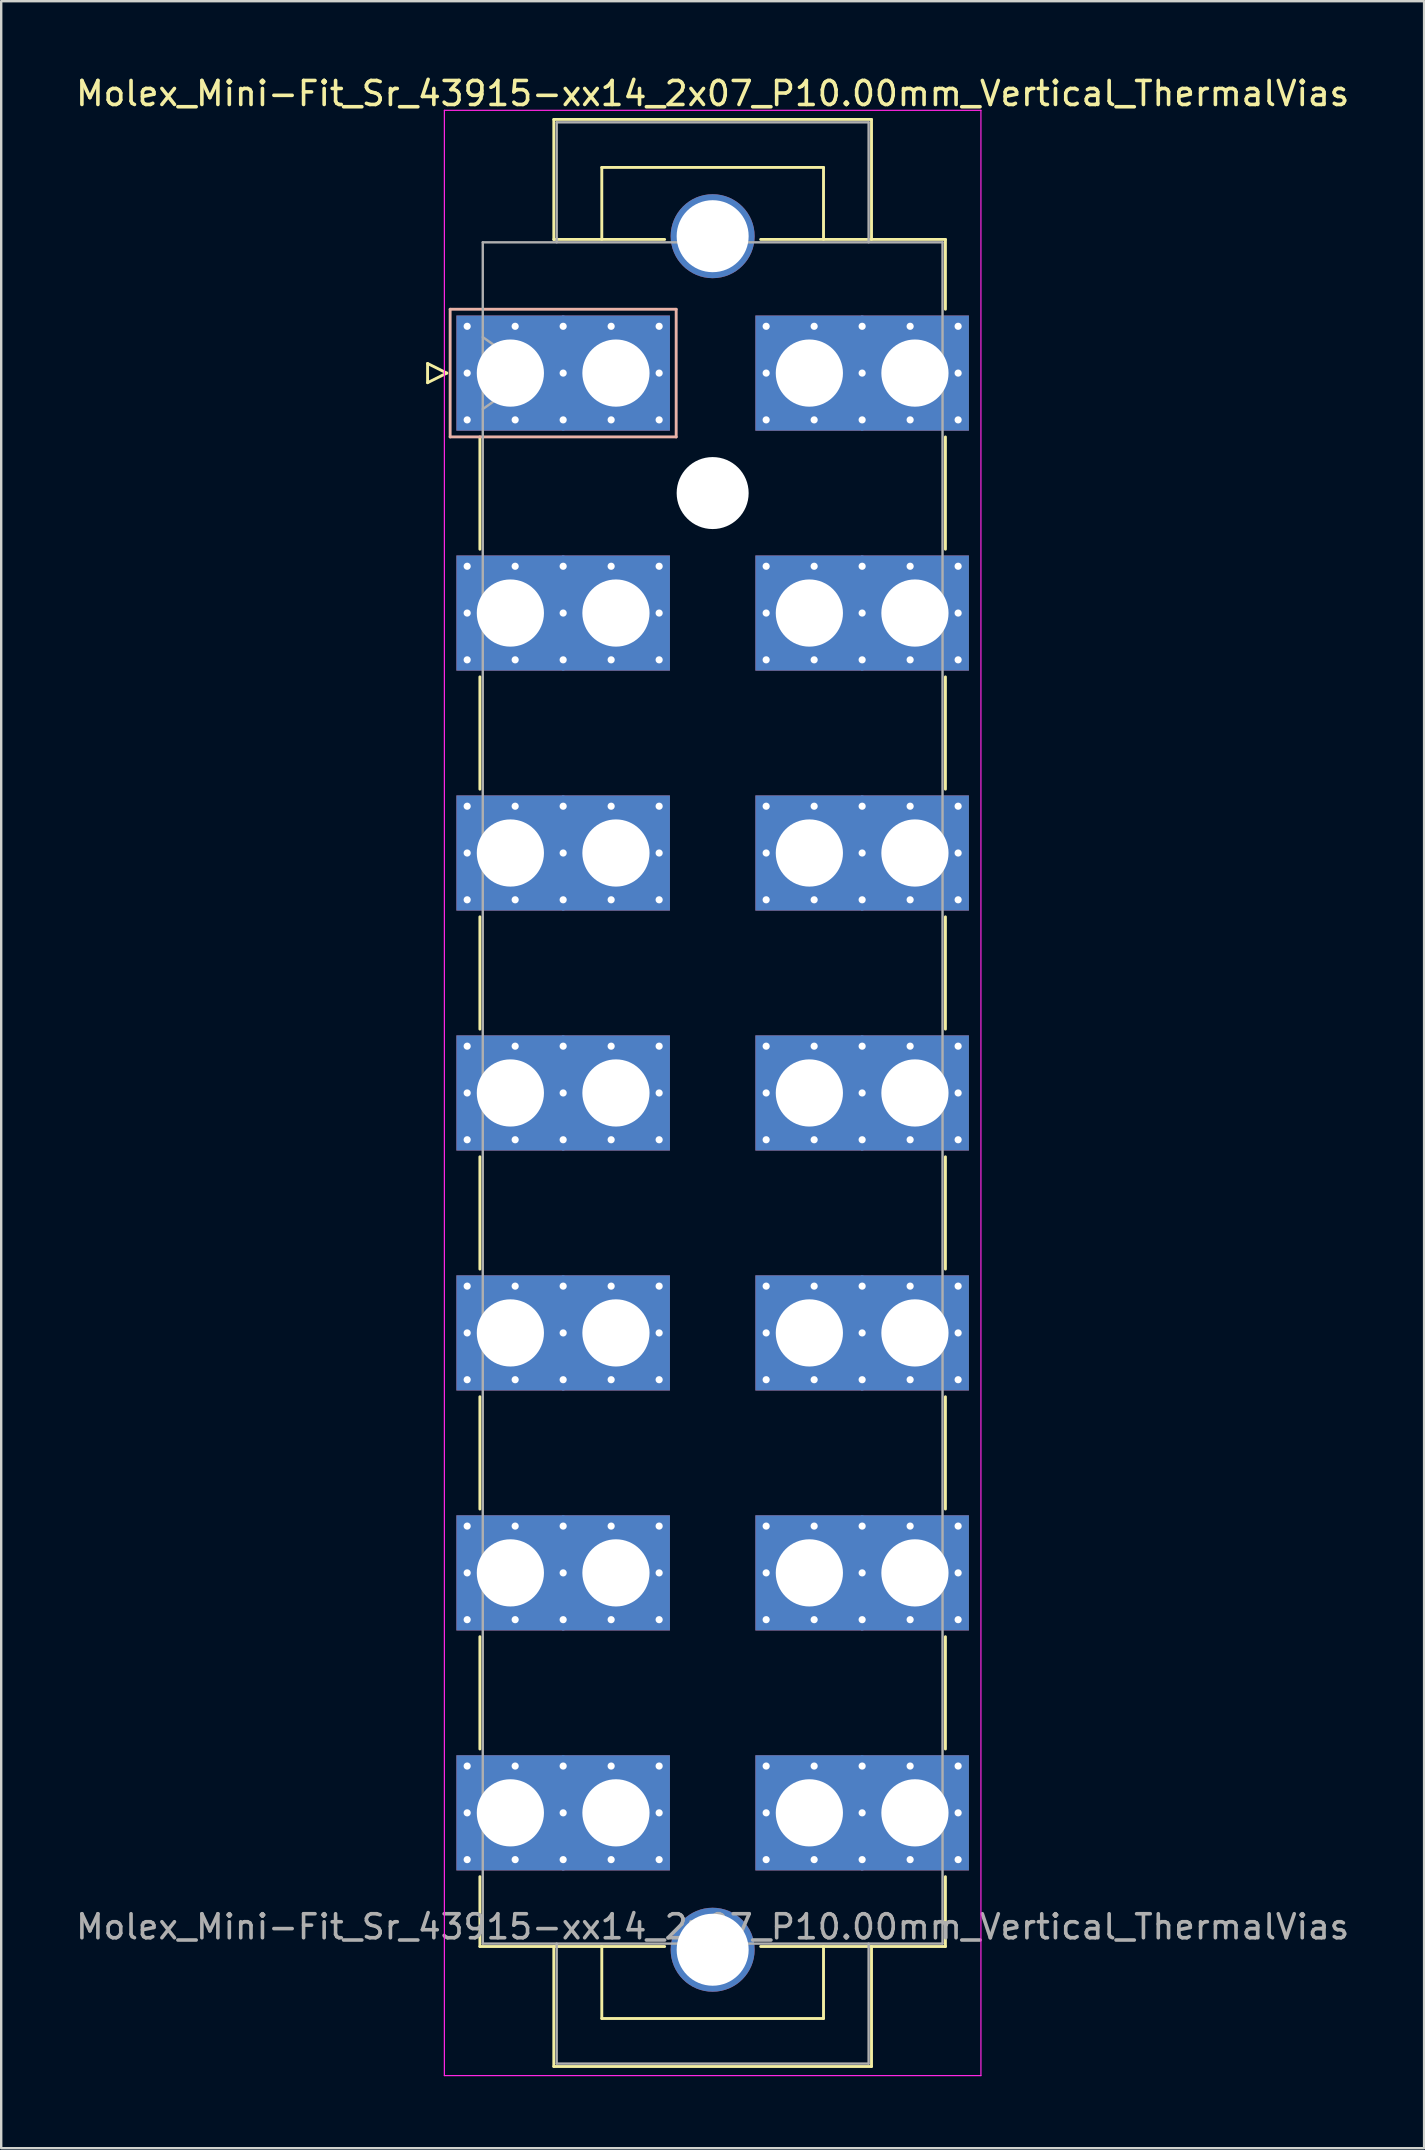
<source format=kicad_pcb>
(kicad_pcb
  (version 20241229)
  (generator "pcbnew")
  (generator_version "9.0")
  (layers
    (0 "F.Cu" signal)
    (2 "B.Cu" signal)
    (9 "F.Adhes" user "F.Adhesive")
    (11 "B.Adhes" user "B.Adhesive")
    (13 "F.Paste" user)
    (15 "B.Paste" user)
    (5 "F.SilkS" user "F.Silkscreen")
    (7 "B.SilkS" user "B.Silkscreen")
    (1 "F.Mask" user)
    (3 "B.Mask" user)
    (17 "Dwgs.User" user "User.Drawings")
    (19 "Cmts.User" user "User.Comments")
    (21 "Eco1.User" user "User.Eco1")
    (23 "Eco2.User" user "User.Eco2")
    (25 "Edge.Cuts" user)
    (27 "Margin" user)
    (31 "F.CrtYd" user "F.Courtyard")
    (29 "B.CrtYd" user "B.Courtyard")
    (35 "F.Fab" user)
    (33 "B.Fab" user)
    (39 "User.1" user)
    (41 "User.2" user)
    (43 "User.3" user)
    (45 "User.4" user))
  (footprint "Molex_Mini-Fit_Sr_43915-xx14_2x07_P10.00mm_Vertical_ThermalVias"
    (layer "F.Cu")
    (at 18.219 12.498)
    (property "Reference" "Molex_Mini-Fit_Sr_43915-xx14_2x07_P10.00mm_Vertical_ThermalVias" (at 8.43 -11.65 0) (layer "F.SilkS") (effects (font (size 1 1) (thickness 0.15))))
    (attr through_hole)
    (fp_line (start -3.45 -0.4) (end -3.45 0.4) (stroke (width 0.12) (type solid)) (layer "F.SilkS"))
    (fp_line (start -3.45 0.4) (end -2.65 0) (stroke (width 0.12) (type solid)) (layer "F.SilkS"))
    (fp_line (start -2.65 0) (end -3.45 -0.4) (stroke (width 0.12) (type solid)) (layer "F.SilkS"))
    (fp_line (start -1.27 2.66) (end -1.27 7.34) (stroke (width 0.12) (type solid)) (layer "F.SilkS"))
    (fp_line (start -1.27 12.66) (end -1.27 17.34) (stroke (width 0.12) (type solid)) (layer "F.SilkS"))
    (fp_line (start -1.27 22.66) (end -1.27 27.34) (stroke (width 0.12) (type solid)) (layer "F.SilkS"))
    (fp_line (start -1.27 32.66) (end -1.27 37.34) (stroke (width 0.12) (type solid)) (layer "F.SilkS"))
    (fp_line (start -1.27 42.66) (end -1.27 47.34) (stroke (width 0.12) (type solid)) (layer "F.SilkS"))
    (fp_line (start -1.27 52.66) (end -1.27 57.34) (stroke (width 0.12) (type solid)) (layer "F.SilkS"))
    (fp_line (start -1.27 62.66) (end -1.27 65.57) (stroke (width 0.12) (type solid)) (layer "F.SilkS"))
    (fp_line (start -1.27 65.57) (end 6.43 65.57) (stroke (width 0.12) (type solid)) (layer "F.SilkS"))
    (fp_line (start 1.81 -10.57) (end 15.05 -10.57) (stroke (width 0.12) (type solid)) (layer "F.SilkS"))
    (fp_line (start 1.81 -5.57) (end 1.81 -10.57) (stroke (width 0.12) (type solid)) (layer "F.SilkS"))
    (fp_line (start 1.81 65.57) (end 1.81 70.57) (stroke (width 0.12) (type solid)) (layer "F.SilkS"))
    (fp_line (start 1.81 70.57) (end 15.05 70.57) (stroke (width 0.12) (type solid)) (layer "F.SilkS"))
    (fp_line (start 3.81 -8.57) (end 13.05 -8.57) (stroke (width 0.12) (type solid)) (layer "F.SilkS"))
    (fp_line (start 3.81 -5.57) (end 3.81 -8.57) (stroke (width 0.12) (type solid)) (layer "F.SilkS"))
    (fp_line (start 3.81 65.57) (end 3.81 68.57) (stroke (width 0.12) (type solid)) (layer "F.SilkS"))
    (fp_line (start 3.81 68.57) (end 13.05 68.57) (stroke (width 0.12) (type solid)) (layer "F.SilkS"))
    (fp_line (start 6.43 -5.57) (end 1.81 -5.57) (stroke (width 0.12) (type solid)) (layer "F.SilkS"))
    (fp_line (start 13.05 -8.57) (end 13.05 -5.57) (stroke (width 0.12) (type solid)) (layer "F.SilkS"))
    (fp_line (start 13.05 68.57) (end 13.05 65.57) (stroke (width 0.12) (type solid)) (layer "F.SilkS"))
    (fp_line (start 15.05 -10.57) (end 15.05 -5.57) (stroke (width 0.12) (type solid)) (layer "F.SilkS"))
    (fp_line (start 15.05 70.57) (end 15.05 65.57) (stroke (width 0.12) (type solid)) (layer "F.SilkS"))
    (fp_line (start 18.13 -5.57) (end 10.43 -5.57) (stroke (width 0.12) (type solid)) (layer "F.SilkS"))
    (fp_line (start 18.13 -2.66) (end 18.13 -5.57) (stroke (width 0.12) (type solid)) (layer "F.SilkS"))
    (fp_line (start 18.13 2.66) (end 18.13 7.34) (stroke (width 0.12) (type solid)) (layer "F.SilkS"))
    (fp_line (start 18.13 12.66) (end 18.13 17.34) (stroke (width 0.12) (type solid)) (layer "F.SilkS"))
    (fp_line (start 18.13 22.66) (end 18.13 27.34) (stroke (width 0.12) (type solid)) (layer "F.SilkS"))
    (fp_line (start 18.13 32.66) (end 18.13 37.34) (stroke (width 0.12) (type solid)) (layer "F.SilkS"))
    (fp_line (start 18.13 42.66) (end 18.13 47.34) (stroke (width 0.12) (type solid)) (layer "F.SilkS"))
    (fp_line (start 18.13 52.66) (end 18.13 57.34) (stroke (width 0.12) (type solid)) (layer "F.SilkS"))
    (fp_line (start 18.13 62.66) (end 18.13 65.57) (stroke (width 0.12) (type solid)) (layer "F.SilkS"))
    (fp_line (start 18.13 65.57) (end 10.43 65.57) (stroke (width 0.12) (type solid)) (layer "F.SilkS"))
    (fp_line (start -2.51 -2.66) (end -2.51 2.66) (stroke (width 0.12) (type solid)) (layer "B.SilkS"))
    (fp_line (start -2.51 2.66) (end 6.91 2.66) (stroke (width 0.12) (type solid)) (layer "B.SilkS"))
    (fp_line (start 6.91 -2.66) (end -2.51 -2.66) (stroke (width 0.12) (type solid)) (layer "B.SilkS"))
    (fp_line (start 6.91 2.66) (end 6.91 -2.66) (stroke (width 0.12) (type solid)) (layer "B.SilkS"))
    (fp_line (start -2.75 -10.95) (end -2.75 70.95) (stroke (width 0.05) (type solid)) (layer "F.CrtYd"))
    (fp_line (start -2.75 70.95) (end 19.61 70.95) (stroke (width 0.05) (type solid)) (layer "F.CrtYd"))
    (fp_line (start 19.61 -10.95) (end -2.75 -10.95) (stroke (width 0.05) (type solid)) (layer "F.CrtYd"))
    (fp_line (start 19.61 70.95) (end 19.61 -10.95) (stroke (width 0.05) (type solid)) (layer "F.CrtYd"))
    (fp_line (start -1.15 -5.45) (end -1.15 65.45) (stroke (width 0.1) (type solid)) (layer "F.Fab"))
    (fp_line (start -1.15 -1.5) (end 0.971 0) (stroke (width 0.1) (type solid)) (layer "F.Fab"))
    (fp_line (start -1.15 65.45) (end 18.01 65.45) (stroke (width 0.1) (type solid)) (layer "F.Fab"))
    (fp_line (start 0.971 0) (end -1.15 1.5) (stroke (width 0.1) (type solid)) (layer "F.Fab"))
    (fp_line (start 1.93 -10.45) (end 14.93 -10.45) (stroke (width 0.1) (type solid)) (layer "F.Fab"))
    (fp_line (start 1.93 -5.45) (end 1.93 -10.45) (stroke (width 0.1) (type solid)) (layer "F.Fab"))
    (fp_line (start 1.93 65.45) (end 1.93 70.45) (stroke (width 0.1) (type solid)) (layer "F.Fab"))
    (fp_line (start 1.93 70.45) (end 14.93 70.45) (stroke (width 0.1) (type solid)) (layer "F.Fab"))
    (fp_line (start 14.93 -10.45) (end 14.93 -5.45) (stroke (width 0.1) (type solid)) (layer "F.Fab"))
    (fp_line (start 14.93 70.45) (end 14.93 65.45) (stroke (width 0.1) (type solid)) (layer "F.Fab"))
    (fp_line (start 18.01 -5.45) (end -1.15 -5.45) (stroke (width 0.1) (type solid)) (layer "F.Fab"))
    (fp_line (start 18.01 65.45) (end 18.01 -5.45) (stroke (width 0.1) (type solid)) (layer "F.Fab"))
    (fp_text user "${REFERENCE}" (at 8.43 64.75 0) (layer "F.Fab") (effects (font (size 1 1) (thickness 0.15))))
    (pad "" thru_hole circle (at 8.43 -5.705) (size 3.5 3.5) (drill 3) (layers "*.Cu" "*.Mask"))
    (pad "" np_thru_hole circle (at 8.43 5) (size 3 3) (drill 3) (layers "*.Cu" "*.Mask"))
    (pad "" thru_hole circle (at 8.43 65.705) (size 3.5 3.5) (drill 3) (layers "*.Cu" "*.Mask"))
    (pad "1" thru_hole rect (at -1.8 -1.95) (size 0.6 0.6) (drill 0.3) (layers "*.Cu" "*.Mask"))
    (pad "1" thru_hole rect (at -1.8 0) (size 0.6 0.6) (drill 0.3) (layers "*.Cu" "*.Mask"))
    (pad "1" thru_hole rect (at -1.8 1.95) (size 0.6 0.6) (drill 0.3) (layers "*.Cu" "*.Mask"))
    (pad "1" thru_hole rect (at 0 0) (size 4.5 4.8) (drill 2.8) (layers "*.Cu" "*.Mask"))
    (pad "1" thru_hole rect (at 0.2 -1.95) (size 0.6 0.6) (drill 0.3) (layers "*.Cu" "*.Mask"))
    (pad "1" thru_hole rect (at 0.2 1.95) (size 0.6 0.6) (drill 0.3) (layers "*.Cu" "*.Mask"))
    (pad "1" thru_hole rect (at 2.2 -1.95) (size 0.6 0.6) (drill 0.3) (layers "*.Cu" "*.Mask"))
    (pad "1" thru_hole rect (at 2.2 0) (size 0.6 0.6) (drill 0.3) (layers "*.Cu" "*.Mask"))
    (pad "1" thru_hole rect (at 2.2 1.95) (size 0.6 0.6) (drill 0.3) (layers "*.Cu" "*.Mask"))
    (pad "1" thru_hole rect (at 4.2 -1.95) (size 0.6 0.6) (drill 0.3) (layers "*.Cu" "*.Mask"))
    (pad "1" thru_hole rect (at 4.2 1.95) (size 0.6 0.6) (drill 0.3) (layers "*.Cu" "*.Mask"))
    (pad "1" thru_hole rect (at 4.4 0) (size 4.5 4.8) (drill 2.8) (layers "*.Cu" "*.Mask"))
    (pad "1" thru_hole rect (at 6.2 -1.95) (size 0.6 0.6) (drill 0.3) (layers "*.Cu" "*.Mask"))
    (pad "1" thru_hole rect (at 6.2 0) (size 0.6 0.6) (drill 0.3) (layers "*.Cu" "*.Mask"))
    (pad "1" thru_hole rect (at 6.2 1.95) (size 0.6 0.6) (drill 0.3) (layers "*.Cu" "*.Mask"))
    (pad "2" thru_hole circle (at -1.8 8.05) (size 0.6 0.6) (drill 0.3) (layers "*.Cu" "*.Mask"))
    (pad "2" thru_hole circle (at -1.8 10) (size 0.6 0.6) (drill 0.3) (layers "*.Cu" "*.Mask"))
    (pad "2" thru_hole circle (at -1.8 11.95) (size 0.6 0.6) (drill 0.3) (layers "*.Cu" "*.Mask"))
    (pad "2" thru_hole rect (at 0 10) (size 4.5 4.8) (drill 2.8) (layers "*.Cu" "*.Mask"))
    (pad "2" thru_hole circle (at 0.2 8.05) (size 0.6 0.6) (drill 0.3) (layers "*.Cu" "*.Mask"))
    (pad "2" thru_hole circle (at 0.2 11.95) (size 0.6 0.6) (drill 0.3) (layers "*.Cu" "*.Mask"))
    (pad "2" thru_hole circle (at 2.2 8.05) (size 0.6 0.6) (drill 0.3) (layers "*.Cu" "*.Mask"))
    (pad "2" thru_hole circle (at 2.2 10) (size 0.6 0.6) (drill 0.3) (layers "*.Cu" "*.Mask"))
    (pad "2" thru_hole circle (at 2.2 11.95) (size 0.6 0.6) (drill 0.3) (layers "*.Cu" "*.Mask"))
    (pad "2" thru_hole circle (at 4.2 8.05) (size 0.6 0.6) (drill 0.3) (layers "*.Cu" "*.Mask"))
    (pad "2" thru_hole circle (at 4.2 11.95) (size 0.6 0.6) (drill 0.3) (layers "*.Cu" "*.Mask"))
    (pad "2" thru_hole rect (at 4.4 10) (size 4.5 4.8) (drill 2.8) (layers "*.Cu" "*.Mask"))
    (pad "2" thru_hole circle (at 6.2 8.05) (size 0.6 0.6) (drill 0.3) (layers "*.Cu" "*.Mask"))
    (pad "2" thru_hole circle (at 6.2 10) (size 0.6 0.6) (drill 0.3) (layers "*.Cu" "*.Mask"))
    (pad "2" thru_hole circle (at 6.2 11.95) (size 0.6 0.6) (drill 0.3) (layers "*.Cu" "*.Mask"))
    (pad "3" thru_hole circle (at -1.8 18.05) (size 0.6 0.6) (drill 0.3) (layers "*.Cu" "*.Mask"))
    (pad "3" thru_hole circle (at -1.8 20) (size 0.6 0.6) (drill 0.3) (layers "*.Cu" "*.Mask"))
    (pad "3" thru_hole circle (at -1.8 21.95) (size 0.6 0.6) (drill 0.3) (layers "*.Cu" "*.Mask"))
    (pad "3" thru_hole rect (at 0 20) (size 4.5 4.8) (drill 2.8) (layers "*.Cu" "*.Mask"))
    (pad "3" thru_hole circle (at 0.2 18.05) (size 0.6 0.6) (drill 0.3) (layers "*.Cu" "*.Mask"))
    (pad "3" thru_hole circle (at 0.2 21.95) (size 0.6 0.6) (drill 0.3) (layers "*.Cu" "*.Mask"))
    (pad "3" thru_hole circle (at 2.2 18.05) (size 0.6 0.6) (drill 0.3) (layers "*.Cu" "*.Mask"))
    (pad "3" thru_hole circle (at 2.2 20) (size 0.6 0.6) (drill 0.3) (layers "*.Cu" "*.Mask"))
    (pad "3" thru_hole circle (at 2.2 21.95) (size 0.6 0.6) (drill 0.3) (layers "*.Cu" "*.Mask"))
    (pad "3" thru_hole circle (at 4.2 18.05) (size 0.6 0.6) (drill 0.3) (layers "*.Cu" "*.Mask"))
    (pad "3" thru_hole circle (at 4.2 21.95) (size 0.6 0.6) (drill 0.3) (layers "*.Cu" "*.Mask"))
    (pad "3" thru_hole rect (at 4.4 20) (size 4.5 4.8) (drill 2.8) (layers "*.Cu" "*.Mask"))
    (pad "3" thru_hole circle (at 6.2 18.05) (size 0.6 0.6) (drill 0.3) (layers "*.Cu" "*.Mask"))
    (pad "3" thru_hole circle (at 6.2 20) (size 0.6 0.6) (drill 0.3) (layers "*.Cu" "*.Mask"))
    (pad "3" thru_hole circle (at 6.2 21.95) (size 0.6 0.6) (drill 0.3) (layers "*.Cu" "*.Mask"))
    (pad "4" thru_hole circle (at -1.8 28.05) (size 0.6 0.6) (drill 0.3) (layers "*.Cu" "*.Mask"))
    (pad "4" thru_hole circle (at -1.8 30) (size 0.6 0.6) (drill 0.3) (layers "*.Cu" "*.Mask"))
    (pad "4" thru_hole circle (at -1.8 31.95) (size 0.6 0.6) (drill 0.3) (layers "*.Cu" "*.Mask"))
    (pad "4" thru_hole rect (at 0 30) (size 4.5 4.8) (drill 2.8) (layers "*.Cu" "*.Mask"))
    (pad "4" thru_hole circle (at 0.2 28.05) (size 0.6 0.6) (drill 0.3) (layers "*.Cu" "*.Mask"))
    (pad "4" thru_hole circle (at 0.2 31.95) (size 0.6 0.6) (drill 0.3) (layers "*.Cu" "*.Mask"))
    (pad "4" thru_hole circle (at 2.2 28.05) (size 0.6 0.6) (drill 0.3) (layers "*.Cu" "*.Mask"))
    (pad "4" thru_hole circle (at 2.2 30) (size 0.6 0.6) (drill 0.3) (layers "*.Cu" "*.Mask"))
    (pad "4" thru_hole circle (at 2.2 31.95) (size 0.6 0.6) (drill 0.3) (layers "*.Cu" "*.Mask"))
    (pad "4" thru_hole circle (at 4.2 28.05) (size 0.6 0.6) (drill 0.3) (layers "*.Cu" "*.Mask"))
    (pad "4" thru_hole circle (at 4.2 31.95) (size 0.6 0.6) (drill 0.3) (layers "*.Cu" "*.Mask"))
    (pad "4" thru_hole rect (at 4.4 30) (size 4.5 4.8) (drill 2.8) (layers "*.Cu" "*.Mask"))
    (pad "4" thru_hole circle (at 6.2 28.05) (size 0.6 0.6) (drill 0.3) (layers "*.Cu" "*.Mask"))
    (pad "4" thru_hole circle (at 6.2 30) (size 0.6 0.6) (drill 0.3) (layers "*.Cu" "*.Mask"))
    (pad "4" thru_hole circle (at 6.2 31.95) (size 0.6 0.6) (drill 0.3) (layers "*.Cu" "*.Mask"))
    (pad "5" thru_hole circle (at -1.8 38.05) (size 0.6 0.6) (drill 0.3) (layers "*.Cu" "*.Mask"))
    (pad "5" thru_hole circle (at -1.8 40) (size 0.6 0.6) (drill 0.3) (layers "*.Cu" "*.Mask"))
    (pad "5" thru_hole circle (at -1.8 41.95) (size 0.6 0.6) (drill 0.3) (layers "*.Cu" "*.Mask"))
    (pad "5" thru_hole rect (at 0 40) (size 4.5 4.8) (drill 2.8) (layers "*.Cu" "*.Mask"))
    (pad "5" thru_hole circle (at 0.2 38.05) (size 0.6 0.6) (drill 0.3) (layers "*.Cu" "*.Mask"))
    (pad "5" thru_hole circle (at 0.2 41.95) (size 0.6 0.6) (drill 0.3) (layers "*.Cu" "*.Mask"))
    (pad "5" thru_hole circle (at 2.2 38.05) (size 0.6 0.6) (drill 0.3) (layers "*.Cu" "*.Mask"))
    (pad "5" thru_hole circle (at 2.2 40) (size 0.6 0.6) (drill 0.3) (layers "*.Cu" "*.Mask"))
    (pad "5" thru_hole circle (at 2.2 41.95) (size 0.6 0.6) (drill 0.3) (layers "*.Cu" "*.Mask"))
    (pad "5" thru_hole circle (at 4.2 38.05) (size 0.6 0.6) (drill 0.3) (layers "*.Cu" "*.Mask"))
    (pad "5" thru_hole circle (at 4.2 41.95) (size 0.6 0.6) (drill 0.3) (layers "*.Cu" "*.Mask"))
    (pad "5" thru_hole rect (at 4.4 40) (size 4.5 4.8) (drill 2.8) (layers "*.Cu" "*.Mask"))
    (pad "5" thru_hole circle (at 6.2 38.05) (size 0.6 0.6) (drill 0.3) (layers "*.Cu" "*.Mask"))
    (pad "5" thru_hole circle (at 6.2 40) (size 0.6 0.6) (drill 0.3) (layers "*.Cu" "*.Mask"))
    (pad "5" thru_hole circle (at 6.2 41.95) (size 0.6 0.6) (drill 0.3) (layers "*.Cu" "*.Mask"))
    (pad "6" thru_hole circle (at -1.8 48.05) (size 0.6 0.6) (drill 0.3) (layers "*.Cu" "*.Mask"))
    (pad "6" thru_hole circle (at -1.8 50) (size 0.6 0.6) (drill 0.3) (layers "*.Cu" "*.Mask"))
    (pad "6" thru_hole circle (at -1.8 51.95) (size 0.6 0.6) (drill 0.3) (layers "*.Cu" "*.Mask"))
    (pad "6" thru_hole rect (at 0 50) (size 4.5 4.8) (drill 2.8) (layers "*.Cu" "*.Mask"))
    (pad "6" thru_hole circle (at 0.2 48.05) (size 0.6 0.6) (drill 0.3) (layers "*.Cu" "*.Mask"))
    (pad "6" thru_hole circle (at 0.2 51.95) (size 0.6 0.6) (drill 0.3) (layers "*.Cu" "*.Mask"))
    (pad "6" thru_hole circle (at 2.2 48.05) (size 0.6 0.6) (drill 0.3) (layers "*.Cu" "*.Mask"))
    (pad "6" thru_hole circle (at 2.2 50) (size 0.6 0.6) (drill 0.3) (layers "*.Cu" "*.Mask"))
    (pad "6" thru_hole circle (at 2.2 51.95) (size 0.6 0.6) (drill 0.3) (layers "*.Cu" "*.Mask"))
    (pad "6" thru_hole circle (at 4.2 48.05) (size 0.6 0.6) (drill 0.3) (layers "*.Cu" "*.Mask"))
    (pad "6" thru_hole circle (at 4.2 51.95) (size 0.6 0.6) (drill 0.3) (layers "*.Cu" "*.Mask"))
    (pad "6" thru_hole rect (at 4.4 50) (size 4.5 4.8) (drill 2.8) (layers "*.Cu" "*.Mask"))
    (pad "6" thru_hole circle (at 6.2 48.05) (size 0.6 0.6) (drill 0.3) (layers "*.Cu" "*.Mask"))
    (pad "6" thru_hole circle (at 6.2 50) (size 0.6 0.6) (drill 0.3) (layers "*.Cu" "*.Mask"))
    (pad "6" thru_hole circle (at 6.2 51.95) (size 0.6 0.6) (drill 0.3) (layers "*.Cu" "*.Mask"))
    (pad "7" thru_hole circle (at -1.8 58.05) (size 0.6 0.6) (drill 0.3) (layers "*.Cu" "*.Mask"))
    (pad "7" thru_hole circle (at -1.8 60) (size 0.6 0.6) (drill 0.3) (layers "*.Cu" "*.Mask"))
    (pad "7" thru_hole circle (at -1.8 61.95) (size 0.6 0.6) (drill 0.3) (layers "*.Cu" "*.Mask"))
    (pad "7" thru_hole rect (at 0 60) (size 4.5 4.8) (drill 2.8) (layers "*.Cu" "*.Mask"))
    (pad "7" thru_hole circle (at 0.2 58.05) (size 0.6 0.6) (drill 0.3) (layers "*.Cu" "*.Mask"))
    (pad "7" thru_hole circle (at 0.2 61.95) (size 0.6 0.6) (drill 0.3) (layers "*.Cu" "*.Mask"))
    (pad "7" thru_hole circle (at 2.2 58.05) (size 0.6 0.6) (drill 0.3) (layers "*.Cu" "*.Mask"))
    (pad "7" thru_hole circle (at 2.2 60) (size 0.6 0.6) (drill 0.3) (layers "*.Cu" "*.Mask"))
    (pad "7" thru_hole circle (at 2.2 61.95) (size 0.6 0.6) (drill 0.3) (layers "*.Cu" "*.Mask"))
    (pad "7" thru_hole circle (at 4.2 58.05) (size 0.6 0.6) (drill 0.3) (layers "*.Cu" "*.Mask"))
    (pad "7" thru_hole circle (at 4.2 61.95) (size 0.6 0.6) (drill 0.3) (layers "*.Cu" "*.Mask"))
    (pad "7" thru_hole rect (at 4.4 60) (size 4.5 4.8) (drill 2.8) (layers "*.Cu" "*.Mask"))
    (pad "7" thru_hole circle (at 6.2 58.05) (size 0.6 0.6) (drill 0.3) (layers "*.Cu" "*.Mask"))
    (pad "7" thru_hole circle (at 6.2 60) (size 0.6 0.6) (drill 0.3) (layers "*.Cu" "*.Mask"))
    (pad "7" thru_hole circle (at 6.2 61.95) (size 0.6 0.6) (drill 0.3) (layers "*.Cu" "*.Mask"))
    (pad "8" thru_hole circle (at 10.66 -1.95) (size 0.6 0.6) (drill 0.3) (layers "*.Cu" "*.Mask"))
    (pad "8" thru_hole circle (at 10.66 0) (size 0.6 0.6) (drill 0.3) (layers "*.Cu" "*.Mask"))
    (pad "8" thru_hole circle (at 10.66 1.95) (size 0.6 0.6) (drill 0.3) (layers "*.Cu" "*.Mask"))
    (pad "8" thru_hole rect (at 12.46 0) (size 4.5 4.8) (drill 2.8) (layers "*.Cu" "*.Mask"))
    (pad "8" thru_hole circle (at 12.66 -1.95) (size 0.6 0.6) (drill 0.3) (layers "*.Cu" "*.Mask"))
    (pad "8" thru_hole circle (at 12.66 1.95) (size 0.6 0.6) (drill 0.3) (layers "*.Cu" "*.Mask"))
    (pad "8" thru_hole circle (at 14.66 -1.95) (size 0.6 0.6) (drill 0.3) (layers "*.Cu" "*.Mask"))
    (pad "8" thru_hole circle (at 14.66 0) (size 0.6 0.6) (drill 0.3) (layers "*.Cu" "*.Mask"))
    (pad "8" thru_hole circle (at 14.66 1.95) (size 0.6 0.6) (drill 0.3) (layers "*.Cu" "*.Mask"))
    (pad "8" thru_hole circle (at 16.66 -1.95) (size 0.6 0.6) (drill 0.3) (layers "*.Cu" "*.Mask"))
    (pad "8" thru_hole circle (at 16.66 1.95) (size 0.6 0.6) (drill 0.3) (layers "*.Cu" "*.Mask"))
    (pad "8" thru_hole rect (at 16.86 0) (size 4.5 4.8) (drill 2.8) (layers "*.Cu" "*.Mask"))
    (pad "8" thru_hole circle (at 18.66 -1.95) (size 0.6 0.6) (drill 0.3) (layers "*.Cu" "*.Mask"))
    (pad "8" thru_hole circle (at 18.66 0) (size 0.6 0.6) (drill 0.3) (layers "*.Cu" "*.Mask"))
    (pad "8" thru_hole circle (at 18.66 1.95) (size 0.6 0.6) (drill 0.3) (layers "*.Cu" "*.Mask"))
    (pad "9" thru_hole circle (at 10.66 8.05) (size 0.6 0.6) (drill 0.3) (layers "*.Cu" "*.Mask"))
    (pad "9" thru_hole circle (at 10.66 10) (size 0.6 0.6) (drill 0.3) (layers "*.Cu" "*.Mask"))
    (pad "9" thru_hole circle (at 10.66 11.95) (size 0.6 0.6) (drill 0.3) (layers "*.Cu" "*.Mask"))
    (pad "9" thru_hole rect (at 12.46 10) (size 4.5 4.8) (drill 2.8) (layers "*.Cu" "*.Mask"))
    (pad "9" thru_hole circle (at 12.66 8.05) (size 0.6 0.6) (drill 0.3) (layers "*.Cu" "*.Mask"))
    (pad "9" thru_hole circle (at 12.66 11.95) (size 0.6 0.6) (drill 0.3) (layers "*.Cu" "*.Mask"))
    (pad "9" thru_hole circle (at 14.66 8.05) (size 0.6 0.6) (drill 0.3) (layers "*.Cu" "*.Mask"))
    (pad "9" thru_hole circle (at 14.66 10) (size 0.6 0.6) (drill 0.3) (layers "*.Cu" "*.Mask"))
    (pad "9" thru_hole circle (at 14.66 11.95) (size 0.6 0.6) (drill 0.3) (layers "*.Cu" "*.Mask"))
    (pad "9" thru_hole circle (at 16.66 8.05) (size 0.6 0.6) (drill 0.3) (layers "*.Cu" "*.Mask"))
    (pad "9" thru_hole circle (at 16.66 11.95) (size 0.6 0.6) (drill 0.3) (layers "*.Cu" "*.Mask"))
    (pad "9" thru_hole rect (at 16.86 10) (size 4.5 4.8) (drill 2.8) (layers "*.Cu" "*.Mask"))
    (pad "9" thru_hole circle (at 18.66 8.05) (size 0.6 0.6) (drill 0.3) (layers "*.Cu" "*.Mask"))
    (pad "9" thru_hole circle (at 18.66 10) (size 0.6 0.6) (drill 0.3) (layers "*.Cu" "*.Mask"))
    (pad "9" thru_hole circle (at 18.66 11.95) (size 0.6 0.6) (drill 0.3) (layers "*.Cu" "*.Mask"))
    (pad "10" thru_hole circle (at 10.66 18.05) (size 0.6 0.6) (drill 0.3) (layers "*.Cu" "*.Mask"))
    (pad "10" thru_hole circle (at 10.66 20) (size 0.6 0.6) (drill 0.3) (layers "*.Cu" "*.Mask"))
    (pad "10" thru_hole circle (at 10.66 21.95) (size 0.6 0.6) (drill 0.3) (layers "*.Cu" "*.Mask"))
    (pad "10" thru_hole rect (at 12.46 20) (size 4.5 4.8) (drill 2.8) (layers "*.Cu" "*.Mask"))
    (pad "10" thru_hole circle (at 12.66 18.05) (size 0.6 0.6) (drill 0.3) (layers "*.Cu" "*.Mask"))
    (pad "10" thru_hole circle (at 12.66 21.95) (size 0.6 0.6) (drill 0.3) (layers "*.Cu" "*.Mask"))
    (pad "10" thru_hole circle (at 14.66 18.05) (size 0.6 0.6) (drill 0.3) (layers "*.Cu" "*.Mask"))
    (pad "10" thru_hole circle (at 14.66 20) (size 0.6 0.6) (drill 0.3) (layers "*.Cu" "*.Mask"))
    (pad "10" thru_hole circle (at 14.66 21.95) (size 0.6 0.6) (drill 0.3) (layers "*.Cu" "*.Mask"))
    (pad "10" thru_hole circle (at 16.66 18.05) (size 0.6 0.6) (drill 0.3) (layers "*.Cu" "*.Mask"))
    (pad "10" thru_hole circle (at 16.66 21.95) (size 0.6 0.6) (drill 0.3) (layers "*.Cu" "*.Mask"))
    (pad "10" thru_hole rect (at 16.86 20) (size 4.5 4.8) (drill 2.8) (layers "*.Cu" "*.Mask"))
    (pad "10" thru_hole circle (at 18.66 18.05) (size 0.6 0.6) (drill 0.3) (layers "*.Cu" "*.Mask"))
    (pad "10" thru_hole circle (at 18.66 20) (size 0.6 0.6) (drill 0.3) (layers "*.Cu" "*.Mask"))
    (pad "10" thru_hole circle (at 18.66 21.95) (size 0.6 0.6) (drill 0.3) (layers "*.Cu" "*.Mask"))
    (pad "11" thru_hole circle (at 10.66 28.05) (size 0.6 0.6) (drill 0.3) (layers "*.Cu" "*.Mask"))
    (pad "11" thru_hole circle (at 10.66 30) (size 0.6 0.6) (drill 0.3) (layers "*.Cu" "*.Mask"))
    (pad "11" thru_hole circle (at 10.66 31.95) (size 0.6 0.6) (drill 0.3) (layers "*.Cu" "*.Mask"))
    (pad "11" thru_hole rect (at 12.46 30) (size 4.5 4.8) (drill 2.8) (layers "*.Cu" "*.Mask"))
    (pad "11" thru_hole circle (at 12.66 28.05) (size 0.6 0.6) (drill 0.3) (layers "*.Cu" "*.Mask"))
    (pad "11" thru_hole circle (at 12.66 31.95) (size 0.6 0.6) (drill 0.3) (layers "*.Cu" "*.Mask"))
    (pad "11" thru_hole circle (at 14.66 28.05) (size 0.6 0.6) (drill 0.3) (layers "*.Cu" "*.Mask"))
    (pad "11" thru_hole circle (at 14.66 30) (size 0.6 0.6) (drill 0.3) (layers "*.Cu" "*.Mask"))
    (pad "11" thru_hole circle (at 14.66 31.95) (size 0.6 0.6) (drill 0.3) (layers "*.Cu" "*.Mask"))
    (pad "11" thru_hole circle (at 16.66 28.05) (size 0.6 0.6) (drill 0.3) (layers "*.Cu" "*.Mask"))
    (pad "11" thru_hole circle (at 16.66 31.95) (size 0.6 0.6) (drill 0.3) (layers "*.Cu" "*.Mask"))
    (pad "11" thru_hole rect (at 16.86 30) (size 4.5 4.8) (drill 2.8) (layers "*.Cu" "*.Mask"))
    (pad "11" thru_hole circle (at 18.66 28.05) (size 0.6 0.6) (drill 0.3) (layers "*.Cu" "*.Mask"))
    (pad "11" thru_hole circle (at 18.66 30) (size 0.6 0.6) (drill 0.3) (layers "*.Cu" "*.Mask"))
    (pad "11" thru_hole circle (at 18.66 31.95) (size 0.6 0.6) (drill 0.3) (layers "*.Cu" "*.Mask"))
    (pad "12" thru_hole circle (at 10.66 38.05) (size 0.6 0.6) (drill 0.3) (layers "*.Cu" "*.Mask"))
    (pad "12" thru_hole circle (at 10.66 40) (size 0.6 0.6) (drill 0.3) (layers "*.Cu" "*.Mask"))
    (pad "12" thru_hole circle (at 10.66 41.95) (size 0.6 0.6) (drill 0.3) (layers "*.Cu" "*.Mask"))
    (pad "12" thru_hole rect (at 12.46 40) (size 4.5 4.8) (drill 2.8) (layers "*.Cu" "*.Mask"))
    (pad "12" thru_hole circle (at 12.66 38.05) (size 0.6 0.6) (drill 0.3) (layers "*.Cu" "*.Mask"))
    (pad "12" thru_hole circle (at 12.66 41.95) (size 0.6 0.6) (drill 0.3) (layers "*.Cu" "*.Mask"))
    (pad "12" thru_hole circle (at 14.66 38.05) (size 0.6 0.6) (drill 0.3) (layers "*.Cu" "*.Mask"))
    (pad "12" thru_hole circle (at 14.66 40) (size 0.6 0.6) (drill 0.3) (layers "*.Cu" "*.Mask"))
    (pad "12" thru_hole circle (at 14.66 41.95) (size 0.6 0.6) (drill 0.3) (layers "*.Cu" "*.Mask"))
    (pad "12" thru_hole circle (at 16.66 38.05) (size 0.6 0.6) (drill 0.3) (layers "*.Cu" "*.Mask"))
    (pad "12" thru_hole circle (at 16.66 41.95) (size 0.6 0.6) (drill 0.3) (layers "*.Cu" "*.Mask"))
    (pad "12" thru_hole rect (at 16.86 40) (size 4.5 4.8) (drill 2.8) (layers "*.Cu" "*.Mask"))
    (pad "12" thru_hole circle (at 18.66 38.05) (size 0.6 0.6) (drill 0.3) (layers "*.Cu" "*.Mask"))
    (pad "12" thru_hole circle (at 18.66 40) (size 0.6 0.6) (drill 0.3) (layers "*.Cu" "*.Mask"))
    (pad "12" thru_hole circle (at 18.66 41.95) (size 0.6 0.6) (drill 0.3) (layers "*.Cu" "*.Mask"))
    (pad "13" thru_hole circle (at 10.66 48.05) (size 0.6 0.6) (drill 0.3) (layers "*.Cu" "*.Mask"))
    (pad "13" thru_hole circle (at 10.66 50) (size 0.6 0.6) (drill 0.3) (layers "*.Cu" "*.Mask"))
    (pad "13" thru_hole circle (at 10.66 51.95) (size 0.6 0.6) (drill 0.3) (layers "*.Cu" "*.Mask"))
    (pad "13" thru_hole rect (at 12.46 50) (size 4.5 4.8) (drill 2.8) (layers "*.Cu" "*.Mask"))
    (pad "13" thru_hole circle (at 12.66 48.05) (size 0.6 0.6) (drill 0.3) (layers "*.Cu" "*.Mask"))
    (pad "13" thru_hole circle (at 12.66 51.95) (size 0.6 0.6) (drill 0.3) (layers "*.Cu" "*.Mask"))
    (pad "13" thru_hole circle (at 14.66 48.05) (size 0.6 0.6) (drill 0.3) (layers "*.Cu" "*.Mask"))
    (pad "13" thru_hole circle (at 14.66 50) (size 0.6 0.6) (drill 0.3) (layers "*.Cu" "*.Mask"))
    (pad "13" thru_hole circle (at 14.66 51.95) (size 0.6 0.6) (drill 0.3) (layers "*.Cu" "*.Mask"))
    (pad "13" thru_hole circle (at 16.66 48.05) (size 0.6 0.6) (drill 0.3) (layers "*.Cu" "*.Mask"))
    (pad "13" thru_hole circle (at 16.66 51.95) (size 0.6 0.6) (drill 0.3) (layers "*.Cu" "*.Mask"))
    (pad "13" thru_hole rect (at 16.86 50) (size 4.5 4.8) (drill 2.8) (layers "*.Cu" "*.Mask"))
    (pad "13" thru_hole circle (at 18.66 48.05) (size 0.6 0.6) (drill 0.3) (layers "*.Cu" "*.Mask"))
    (pad "13" thru_hole circle (at 18.66 50) (size 0.6 0.6) (drill 0.3) (layers "*.Cu" "*.Mask"))
    (pad "13" thru_hole circle (at 18.66 51.95) (size 0.6 0.6) (drill 0.3) (layers "*.Cu" "*.Mask"))
    (pad "14" thru_hole circle (at 10.66 58.05) (size 0.6 0.6) (drill 0.3) (layers "*.Cu" "*.Mask"))
    (pad "14" thru_hole circle (at 10.66 60) (size 0.6 0.6) (drill 0.3) (layers "*.Cu" "*.Mask"))
    (pad "14" thru_hole circle (at 10.66 61.95) (size 0.6 0.6) (drill 0.3) (layers "*.Cu" "*.Mask"))
    (pad "14" thru_hole rect (at 12.46 60) (size 4.5 4.8) (drill 2.8) (layers "*.Cu" "*.Mask"))
    (pad "14" thru_hole circle (at 12.66 58.05) (size 0.6 0.6) (drill 0.3) (layers "*.Cu" "*.Mask"))
    (pad "14" thru_hole circle (at 12.66 61.95) (size 0.6 0.6) (drill 0.3) (layers "*.Cu" "*.Mask"))
    (pad "14" thru_hole circle (at 14.66 58.05) (size 0.6 0.6) (drill 0.3) (layers "*.Cu" "*.Mask"))
    (pad "14" thru_hole circle (at 14.66 60) (size 0.6 0.6) (drill 0.3) (layers "*.Cu" "*.Mask"))
    (pad "14" thru_hole circle (at 14.66 61.95) (size 0.6 0.6) (drill 0.3) (layers "*.Cu" "*.Mask"))
    (pad "14" thru_hole circle (at 16.66 58.05) (size 0.6 0.6) (drill 0.3) (layers "*.Cu" "*.Mask"))
    (pad "14" thru_hole circle (at 16.66 61.95) (size 0.6 0.6) (drill 0.3) (layers "*.Cu" "*.Mask"))
    (pad "14" thru_hole rect (at 16.86 60) (size 4.5 4.8) (drill 2.8) (layers "*.Cu" "*.Mask"))
    (pad "14" thru_hole circle (at 18.66 58.05) (size 0.6 0.6) (drill 0.3) (layers "*.Cu" "*.Mask"))
    (pad "14" thru_hole circle (at 18.66 60) (size 0.6 0.6) (drill 0.3) (layers "*.Cu" "*.Mask"))
    (pad "14" thru_hole circle (at 18.66 61.95) (size 0.6 0.6) (drill 0.3) (layers "*.Cu" "*.Mask")))
  (gr_rect
    (start -3 -3)
    (end 56.298 86.473)
    (stroke (width 0.1) (type default))
    (fill no)
    (layer "Edge.Cuts")))
</source>
